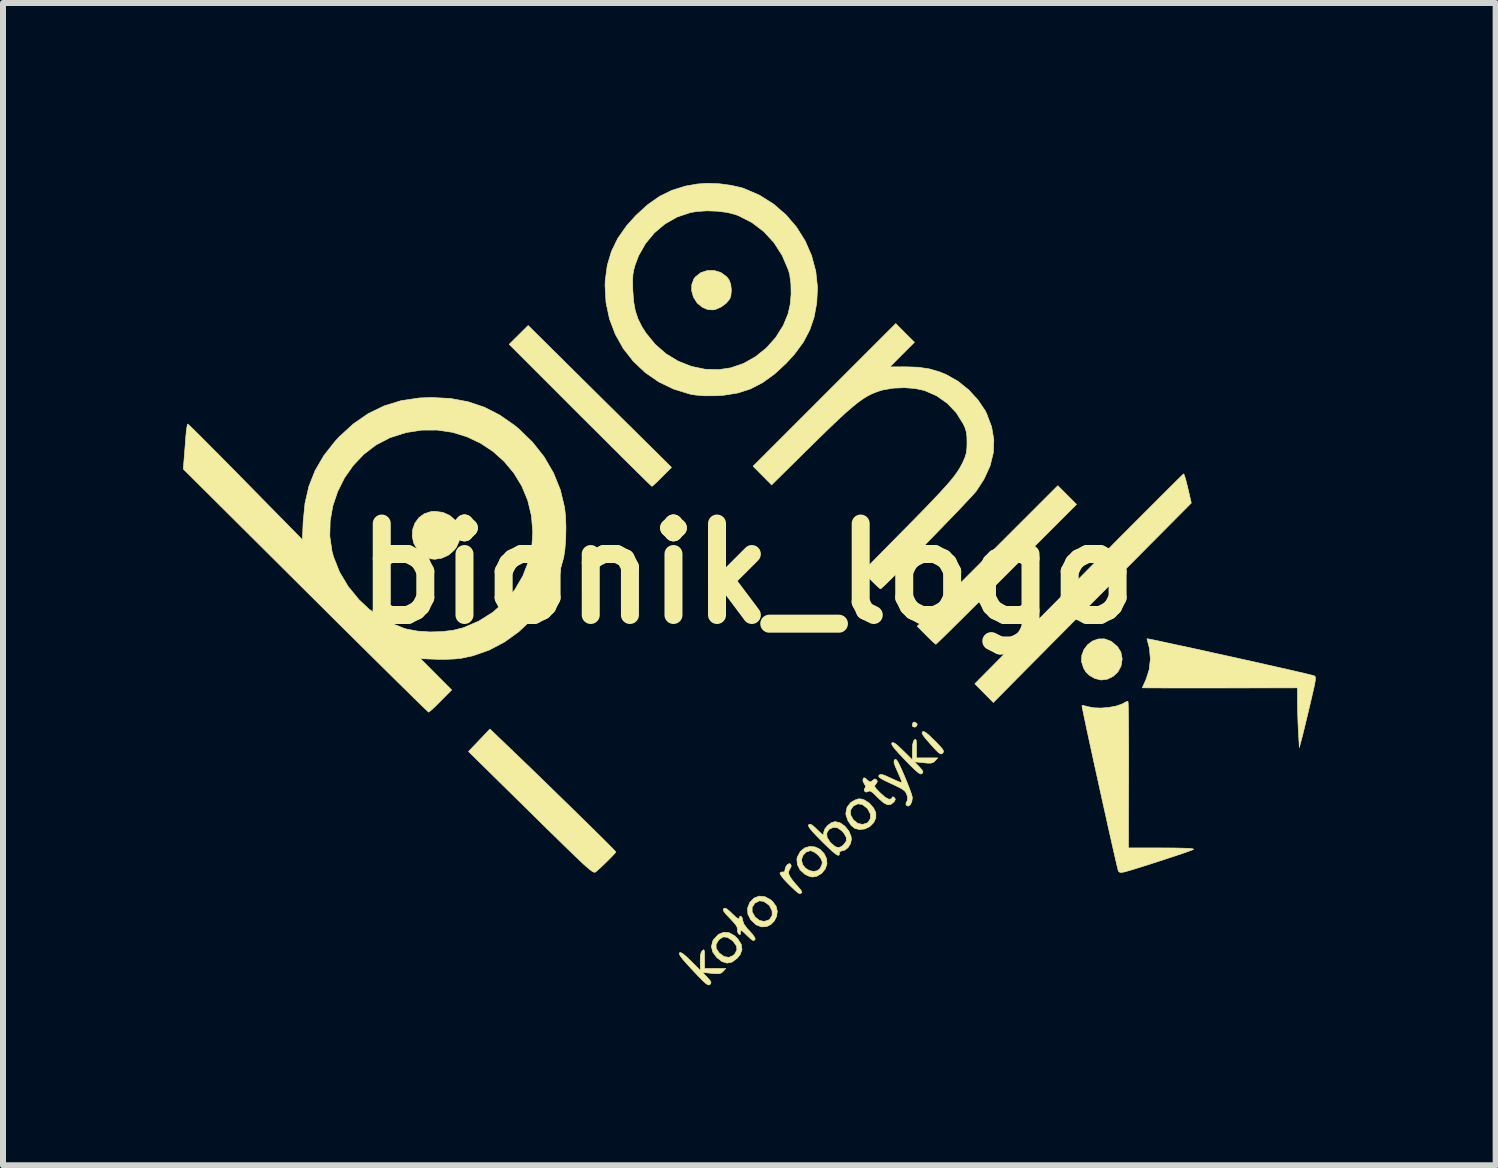
<source format=kicad_pcb>
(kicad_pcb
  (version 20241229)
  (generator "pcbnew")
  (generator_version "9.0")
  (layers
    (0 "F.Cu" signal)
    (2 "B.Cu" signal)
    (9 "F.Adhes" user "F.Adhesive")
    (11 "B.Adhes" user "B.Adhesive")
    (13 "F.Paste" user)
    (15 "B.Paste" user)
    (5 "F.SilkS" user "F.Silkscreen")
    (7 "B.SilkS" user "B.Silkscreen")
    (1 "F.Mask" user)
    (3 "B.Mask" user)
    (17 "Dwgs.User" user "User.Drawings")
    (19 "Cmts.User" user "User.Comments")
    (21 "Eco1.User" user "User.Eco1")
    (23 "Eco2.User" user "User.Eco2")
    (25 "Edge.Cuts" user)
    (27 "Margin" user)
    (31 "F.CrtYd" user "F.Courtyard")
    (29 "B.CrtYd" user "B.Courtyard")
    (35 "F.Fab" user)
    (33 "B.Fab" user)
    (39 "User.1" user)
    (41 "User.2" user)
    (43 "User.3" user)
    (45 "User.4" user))
  (footprint "bionik_logo"
    (layer "F.Cu")
    (at 9.409 6.511)
    (property "Reference" "bionik_logo" (at 0 0 0) (layer "F.SilkS") (effects (font (size 1.524 1.524) (thickness 0.3))))
    (attr through_hole)
    (fp_poly (pts (xy 2.823 2.498) (xy 2.829 2.517) (xy 2.809 2.55) (xy 2.788 2.559) (xy 2.755 2.551) (xy 2.748 2.517) (xy 2.76 2.479) (xy 2.788 2.475) (xy 2.823 2.498)) (stroke (width 0.01) (type solid)) (fill yes) (layer "F.SilkS"))
    (fp_poly (pts (xy -2.462 -2.953) (xy -1.267 -1.771) (xy -1.424 -1.613) (xy -1.492 -1.545) (xy -1.548 -1.492) (xy -1.584 -1.46) (xy -1.593 -1.455) (xy -1.611 -1.471) (xy -1.659 -1.517) (xy -1.734 -1.59) (xy -1.834 -1.689) (xy -1.957 -1.81) (xy -2.099 -1.951) (xy -2.258 -2.109) (xy -2.431 -2.282) (xy -2.616 -2.466) (xy -2.789 -2.638) (xy -3.972 -3.822) (xy -3.656 -4.136) (xy -2.462 -2.953)) (stroke (width 0.01) (type solid)) (fill yes) (layer "F.SilkS"))
    (fp_poly (pts (xy 5.484 -1.154) (xy 4.318 0.012) (xy 4.126 0.204) (xy 3.943 0.386) (xy 3.773 0.555) (xy 3.617 0.71) (xy 3.479 0.847) (xy 3.361 0.964) (xy 3.265 1.058) (xy 3.195 1.126) (xy 3.152 1.167) (xy 3.14 1.178) (xy 3.119 1.162) (xy 3.074 1.121) (xy 3.013 1.062) (xy 2.978 1.027) (xy 2.829 0.877) (xy 4.001 -0.295) (xy 5.172 -1.466) (xy 5.484 -1.154)) (stroke (width 0.01) (type solid)) (fill yes) (layer "F.SilkS"))
    (fp_poly (pts (xy -0.443 -5.018) (xy -0.349 -4.95) (xy -0.31 -4.901) (xy -0.28 -4.825) (xy -0.269 -4.728) (xy -0.277 -4.634) (xy -0.296 -4.579) (xy -0.354 -4.508) (xy -0.439 -4.445) (xy -0.532 -4.404) (xy -0.571 -4.396) (xy -0.659 -4.4) (xy -0.75 -4.438) (xy -0.838 -4.51) (xy -0.899 -4.605) (xy -0.93 -4.711) (xy -0.929 -4.817) (xy -0.894 -4.912) (xy -0.869 -4.945) (xy -0.777 -5.017) (xy -0.668 -5.052) (xy -0.553 -5.052) (xy -0.443 -5.018)) (stroke (width 0.01) (type solid)) (fill yes) (layer "F.SilkS"))
    (fp_poly (pts (xy 2.974 2.651) (xy 3.029 2.697) (xy 3.108 2.773) (xy 3.118 2.783) (xy 3.194 2.861) (xy 3.241 2.913) (xy 3.264 2.948) (xy 3.267 2.971) (xy 3.254 2.99) (xy 3.253 2.991) (xy 3.234 3.005) (xy 3.212 3.002) (xy 3.18 2.98) (xy 3.132 2.932) (xy 3.061 2.855) (xy 3.052 2.844) (xy 2.977 2.759) (xy 2.931 2.7) (xy 2.911 2.663) (xy 2.913 2.64) (xy 2.917 2.636) (xy 2.939 2.632) (xy 2.974 2.651)) (stroke (width 0.01) (type solid)) (fill yes) (layer "F.SilkS"))
    (fp_poly (pts (xy 6.051 1.124) (xy 6.073 1.137) (xy 6.168 1.218) (xy 6.223 1.307) (xy 6.244 1.414) (xy 6.244 1.429) (xy 6.226 1.541) (xy 6.174 1.638) (xy 6.095 1.712) (xy 5.999 1.759) (xy 5.895 1.773) (xy 5.79 1.748) (xy 5.784 1.745) (xy 5.699 1.696) (xy 5.642 1.641) (xy 5.603 1.577) (xy 5.568 1.468) (xy 5.572 1.363) (xy 5.608 1.266) (xy 5.67 1.184) (xy 5.752 1.123) (xy 5.847 1.089) (xy 5.949 1.087) (xy 6.051 1.124)) (stroke (width 0.01) (type solid)) (fill yes) (layer "F.SilkS"))
    (fp_poly (pts (xy -5.075 -1.02) (xy -4.961 -0.968) (xy -4.872 -0.889) (xy -4.813 -0.791) (xy -4.787 -0.68) (xy -4.798 -0.562) (xy -4.848 -0.446) (xy -4.887 -0.393) (xy -4.981 -0.311) (xy -5.094 -0.258) (xy -5.211 -0.239) (xy -5.276 -0.246) (xy -5.323 -0.265) (xy -5.386 -0.301) (xy -5.412 -0.319) (xy -5.506 -0.407) (xy -5.564 -0.511) (xy -5.588 -0.623) (xy -5.581 -0.735) (xy -5.544 -0.84) (xy -5.479 -0.93) (xy -5.389 -0.997) (xy -5.276 -1.034) (xy -5.213 -1.039) (xy -5.075 -1.02)) (stroke (width 0.01) (type solid)) (fill yes) (layer "F.SilkS"))
    (fp_poly (pts (xy 0.716 4.841) (xy 0.73 4.872) (xy 0.71 4.917) (xy 0.707 4.922) (xy 0.685 4.966) (xy 0.687 5.004) (xy 0.706 5.046) (xy 0.743 5.102) (xy 0.798 5.17) (xy 0.833 5.208) (xy 0.889 5.273) (xy 0.907 5.314) (xy 0.886 5.332) (xy 0.867 5.334) (xy 0.841 5.319) (xy 0.791 5.277) (xy 0.726 5.216) (xy 0.684 5.175) (xy 0.609 5.096) (xy 0.561 5.034) (xy 0.541 4.996) (xy 0.542 4.988) (xy 0.575 4.971) (xy 0.591 4.974) (xy 0.618 4.968) (xy 0.623 4.945) (xy 0.635 4.892) (xy 0.663 4.851) (xy 0.696 4.833) (xy 0.716 4.841)) (stroke (width 0.01) (type solid)) (fill yes) (layer "F.SilkS"))
    (fp_poly (pts (xy 7.281 -1.641) (xy 7.299 -1.585) (xy 7.321 -1.501) (xy 7.341 -1.42) (xy 7.397 -1.177) (xy 6.061 0.168) (xy 5.846 0.384) (xy 5.634 0.597) (xy 5.428 0.805) (xy 5.232 1.003) (xy 5.047 1.189) (xy 4.879 1.359) (xy 4.729 1.51) (xy 4.601 1.639) (xy 4.499 1.742) (xy 4.425 1.817) (xy 4.412 1.83) (xy 4.098 2.148) (xy 3.789 1.836) (xy 5.522 0.087) (xy 5.756 -0.15) (xy 5.982 -0.377) (xy 6.196 -0.593) (xy 6.397 -0.795) (xy 6.583 -0.981) (xy 6.751 -1.149) (xy 6.899 -1.297) (xy 7.025 -1.423) (xy 7.128 -1.525) (xy 7.204 -1.6) (xy 7.252 -1.647) (xy 7.27 -1.663) (xy 7.281 -1.641)) (stroke (width 0.01) (type solid)) (fill yes) (layer "F.SilkS"))
    (fp_poly (pts (xy -0.307 5.985) (xy -0.215 6.036) (xy -0.162 6.087) (xy -0.104 6.179) (xy -0.092 6.268) (xy -0.125 6.355) (xy -0.171 6.41) (xy -0.256 6.474) (xy -0.341 6.492) (xy -0.427 6.465) (xy -0.511 6.399) (xy -0.579 6.307) (xy -0.602 6.215) (xy -0.593 6.182) (xy -0.524 6.182) (xy -0.522 6.247) (xy -0.478 6.314) (xy -0.464 6.329) (xy -0.386 6.384) (xy -0.308 6.396) (xy -0.238 6.365) (xy -0.209 6.335) (xy -0.176 6.27) (xy -0.183 6.207) (xy -0.231 6.138) (xy -0.256 6.113) (xy -0.333 6.062) (xy -0.405 6.055) (xy -0.468 6.094) (xy -0.483 6.111) (xy -0.524 6.182) (xy -0.593 6.182) (xy -0.579 6.125) (xy -0.561 6.095) (xy -0.485 6.014) (xy -0.398 5.978) (xy -0.307 5.985)) (stroke (width 0.01) (type solid)) (fill yes) (layer "F.SilkS"))
    (fp_poly (pts (xy 0.29 5.385) (xy 0.386 5.436) (xy 0.421 5.467) (xy 0.477 5.545) (xy 0.497 5.629) (xy 0.485 5.713) (xy 0.448 5.788) (xy 0.39 5.847) (xy 0.318 5.883) (xy 0.235 5.888) (xy 0.149 5.856) (xy 0.138 5.848) (xy 0.052 5.767) (xy 0.006 5.674) (xy 0.001 5.576) (xy 0.006 5.563) (xy 0.077 5.563) (xy 0.078 5.638) (xy 0.125 5.72) (xy 0.129 5.725) (xy 0.199 5.78) (xy 0.277 5.797) (xy 0.352 5.774) (xy 0.373 5.758) (xy 0.411 5.696) (xy 0.41 5.621) (xy 0.372 5.544) (xy 0.348 5.517) (xy 0.272 5.463) (xy 0.197 5.454) (xy 0.126 5.491) (xy 0.12 5.497) (xy 0.077 5.563) (xy 0.006 5.563) (xy 0.039 5.48) (xy 0.11 5.407) (xy 0.196 5.375) (xy 0.29 5.385)) (stroke (width 0.01) (type solid)) (fill yes) (layer "F.SilkS"))
    (fp_poly (pts (xy 1.907 3.758) (xy 1.947 3.772) (xy 2.032 3.827) (xy 2.102 3.907) (xy 2.139 3.987) (xy 2.139 4.073) (xy 2.103 4.151) (xy 2.04 4.214) (xy 1.959 4.255) (xy 1.87 4.267) (xy 1.789 4.246) (xy 1.727 4.196) (xy 1.675 4.118) (xy 1.644 4.032) (xy 1.639 3.993) (xy 1.649 3.946) (xy 1.716 3.946) (xy 1.718 4.021) (xy 1.764 4.103) (xy 1.769 4.108) (xy 1.838 4.163) (xy 1.917 4.18) (xy 1.991 4.158) (xy 2.013 4.141) (xy 2.05 4.08) (xy 2.048 4.005) (xy 2.007 3.927) (xy 1.988 3.905) (xy 1.914 3.848) (xy 1.84 3.837) (xy 1.769 3.871) (xy 1.759 3.88) (xy 1.716 3.946) (xy 1.649 3.946) (xy 1.66 3.893) (xy 1.721 3.815) (xy 1.793 3.773) (xy 1.855 3.753) (xy 1.907 3.758)) (stroke (width 0.01) (type solid)) (fill yes) (layer "F.SilkS"))
    (fp_poly (pts (xy -0.723 6.275) (xy -0.717 6.31) (xy -0.716 6.381) (xy -0.716 6.414) (xy -0.716 6.581) (xy -0.362 6.581) (xy -0.406 6.629) (xy -0.435 6.655) (xy -0.47 6.667) (xy -0.525 6.668) (xy -0.6 6.662) (xy -0.75 6.646) (xy -0.671 6.729) (xy -0.625 6.78) (xy -0.608 6.812) (xy -0.616 6.837) (xy -0.625 6.847) (xy -0.641 6.856) (xy -0.663 6.852) (xy -0.695 6.831) (xy -0.742 6.788) (xy -0.811 6.719) (xy -0.904 6.62) (xy -0.91 6.614) (xy -1.01 6.506) (xy -1.079 6.427) (xy -1.12 6.372) (xy -1.137 6.337) (xy -1.134 6.32) (xy -1.113 6.316) (xy -1.075 6.337) (xy -1.017 6.386) (xy -0.946 6.454) (xy -0.785 6.615) (xy -0.788 6.469) (xy -0.786 6.375) (xy -0.773 6.315) (xy -0.754 6.285) (xy -0.734 6.27) (xy -0.723 6.275)) (stroke (width 0.01) (type solid)) (fill yes) (layer "F.SilkS"))
    (fp_poly (pts (xy 1.126 4.555) (xy 1.209 4.595) (xy 1.278 4.667) (xy 1.317 4.748) (xy 1.325 4.838) (xy 1.295 4.924) (xy 1.236 4.996) (xy 1.155 5.044) (xy 1.081 5.057) (xy 1.026 5.044) (xy 0.962 5.014) (xy 0.955 5.009) (xy 0.876 4.938) (xy 0.831 4.849) (xy 0.825 4.777) (xy 0.901 4.777) (xy 0.919 4.85) (xy 0.966 4.909) (xy 1.031 4.949) (xy 1.102 4.964) (xy 1.168 4.951) (xy 1.211 4.913) (xy 1.239 4.855) (xy 1.247 4.811) (xy 1.228 4.756) (xy 1.182 4.696) (xy 1.121 4.646) (xy 1.062 4.62) (xy 1.049 4.618) (xy 0.981 4.639) (xy 0.927 4.692) (xy 0.901 4.763) (xy 0.901 4.777) (xy 0.825 4.777) (xy 0.823 4.757) (xy 0.831 4.724) (xy 0.881 4.631) (xy 0.953 4.572) (xy 1.038 4.547) (xy 1.126 4.555)) (stroke (width 0.01) (type solid)) (fill yes) (layer "F.SilkS"))
    (fp_poly (pts (xy 2.811 2.775) (xy 2.816 2.819) (xy 2.817 2.901) (xy 2.817 2.907) (xy 2.817 3.071) (xy 3.171 3.071) (xy 3.127 3.119) (xy 3.098 3.145) (xy 3.063 3.158) (xy 3.008 3.159) (xy 2.933 3.152) (xy 2.782 3.136) (xy 2.862 3.219) (xy 2.908 3.271) (xy 2.925 3.303) (xy 2.915 3.326) (xy 2.908 3.333) (xy 2.891 3.34) (xy 2.866 3.332) (xy 2.829 3.304) (xy 2.773 3.254) (xy 2.695 3.176) (xy 2.627 3.106) (xy 2.529 3.003) (xy 2.461 2.927) (xy 2.421 2.875) (xy 2.403 2.841) (xy 2.406 2.822) (xy 2.407 2.821) (xy 2.428 2.815) (xy 2.462 2.832) (xy 2.515 2.876) (xy 2.591 2.949) (xy 2.748 3.104) (xy 2.748 2.952) (xy 2.752 2.853) (xy 2.767 2.793) (xy 2.782 2.771) (xy 2.8 2.761) (xy 2.811 2.775)) (stroke (width 0.01) (type solid)) (fill yes) (layer "F.SilkS"))
    (fp_poly (pts (xy -4.024 2.848) (xy -3.892 2.975) (xy -3.747 3.114) (xy -3.592 3.263) (xy -3.431 3.42) (xy -3.267 3.579) (xy -3.103 3.739) (xy -2.943 3.895) (xy -2.79 4.045) (xy -2.647 4.185) (xy -2.518 4.312) (xy -2.405 4.423) (xy -2.314 4.515) (xy -2.246 4.583) (xy -2.205 4.626) (xy -2.194 4.639) (xy -2.209 4.66) (xy -2.25 4.704) (xy -2.308 4.763) (xy -2.375 4.829) (xy -2.442 4.893) (xy -2.501 4.946) (xy -2.528 4.97) (xy -2.539 4.976) (xy -2.551 4.978) (xy -2.569 4.973) (xy -2.594 4.959) (xy -2.628 4.933) (xy -2.675 4.894) (xy -2.736 4.839) (xy -2.815 4.765) (xy -2.913 4.671) (xy -3.034 4.554) (xy -3.179 4.412) (xy -3.352 4.243) (xy -3.554 4.044) (xy -3.613 3.986) (xy -4.65 2.965) (xy -4.472 2.778) (xy -4.293 2.591) (xy -4.024 2.848)) (stroke (width 0.01) (type solid)) (fill yes) (layer "F.SilkS"))
    (fp_poly (pts (xy -0.341 5.591) (xy -0.287 5.637) (xy -0.254 5.669) (xy -0.191 5.728) (xy -0.154 5.753) (xy -0.139 5.748) (xy -0.139 5.741) (xy -0.126 5.711) (xy -0.11 5.709) (xy -0.088 5.737) (xy -0.08 5.781) (xy -0.06 5.841) (xy -0.002 5.919) (xy 0.033 5.955) (xy 0.086 6.015) (xy 0.12 6.065) (xy 0.129 6.093) (xy 0.128 6.094) (xy 0.11 6.114) (xy 0.086 6.112) (xy 0.049 6.085) (xy -0.011 6.028) (xy -0.018 6.021) (xy -0.072 5.969) (xy -0.101 5.947) (xy -0.113 5.951) (xy -0.115 5.978) (xy -0.12 6.015) (xy -0.14 6.012) (xy -0.148 6.006) (xy -0.169 5.963) (xy -0.168 5.932) (xy -0.171 5.897) (xy -0.199 5.849) (xy -0.257 5.783) (xy -0.29 5.748) (xy -0.358 5.677) (xy -0.395 5.629) (xy -0.405 5.599) (xy -0.397 5.583) (xy -0.375 5.575) (xy -0.341 5.591)) (stroke (width 0.01) (type solid)) (fill yes) (layer "F.SilkS"))
    (fp_poly (pts (xy 1.962 3.409) (xy 1.993 3.437) (xy 2.032 3.469) (xy 2.058 3.47) (xy 2.085 3.447) (xy 2.121 3.422) (xy 2.151 3.435) (xy 2.151 3.435) (xy 2.165 3.465) (xy 2.142 3.504) (xy 2.14 3.505) (xy 2.122 3.53) (xy 2.122 3.554) (xy 2.146 3.587) (xy 2.197 3.64) (xy 2.212 3.655) (xy 2.295 3.728) (xy 2.357 3.761) (xy 2.397 3.754) (xy 2.408 3.735) (xy 2.424 3.718) (xy 2.449 3.734) (xy 2.465 3.762) (xy 2.448 3.796) (xy 2.437 3.809) (xy 2.387 3.848) (xy 2.332 3.852) (xy 2.268 3.819) (xy 2.188 3.749) (xy 2.169 3.73) (xy 2.103 3.664) (xy 2.059 3.63) (xy 2.03 3.623) (xy 2.015 3.629) (xy 1.978 3.642) (xy 1.95 3.625) (xy 1.946 3.593) (xy 1.958 3.575) (xy 1.972 3.545) (xy 1.948 3.507) (xy 1.948 3.506) (xy 1.924 3.458) (xy 1.926 3.426) (xy 1.94 3.403) (xy 1.962 3.409)) (stroke (width 0.01) (type solid)) (fill yes) (layer "F.SilkS"))
    (fp_poly (pts (xy 2.487 3.108) (xy 2.512 3.147) (xy 2.546 3.216) (xy 2.593 3.32) (xy 2.617 3.376) (xy 2.664 3.49) (xy 2.704 3.593) (xy 2.733 3.675) (xy 2.747 3.727) (xy 2.748 3.736) (xy 2.738 3.803) (xy 2.713 3.852) (xy 2.681 3.875) (xy 2.65 3.864) (xy 2.643 3.855) (xy 2.643 3.819) (xy 2.656 3.798) (xy 2.671 3.76) (xy 2.662 3.702) (xy 2.657 3.687) (xy 2.641 3.65) (xy 2.616 3.619) (xy 2.573 3.588) (xy 2.505 3.552) (xy 2.402 3.503) (xy 2.398 3.501) (xy 2.295 3.453) (xy 2.23 3.418) (xy 2.195 3.393) (xy 2.187 3.373) (xy 2.192 3.361) (xy 2.212 3.348) (xy 2.244 3.349) (xy 2.297 3.367) (xy 2.38 3.405) (xy 2.392 3.411) (xy 2.472 3.447) (xy 2.535 3.473) (xy 2.57 3.484) (xy 2.574 3.484) (xy 2.569 3.46) (xy 2.548 3.406) (xy 2.515 3.33) (xy 2.503 3.303) (xy 2.464 3.215) (xy 2.444 3.158) (xy 2.442 3.124) (xy 2.454 3.101) (xy 2.454 3.101) (xy 2.469 3.095) (xy 2.487 3.108)) (stroke (width 0.01) (type solid)) (fill yes) (layer "F.SilkS"))
    (fp_poly (pts (xy 1.544 4.154) (xy 1.624 4.21) (xy 1.688 4.288) (xy 1.726 4.379) (xy 1.732 4.429) (xy 1.716 4.502) (xy 1.675 4.567) (xy 1.62 4.609) (xy 1.583 4.618) (xy 1.54 4.631) (xy 1.532 4.656) (xy 1.529 4.688) (xy 1.511 4.696) (xy 1.474 4.677) (xy 1.416 4.63) (xy 1.332 4.552) (xy 1.24 4.462) (xy 1.142 4.362) (xy 1.075 4.289) (xy 1.034 4.238) (xy 1.017 4.206) (xy 1.019 4.186) (xy 1.02 4.184) (xy 1.043 4.176) (xy 1.077 4.191) (xy 1.13 4.236) (xy 1.159 4.265) (xy 1.218 4.322) (xy 1.251 4.349) (xy 1.266 4.349) (xy 1.27 4.327) (xy 1.27 4.324) (xy 1.321 4.324) (xy 1.326 4.395) (xy 1.375 4.473) (xy 1.395 4.493) (xy 1.461 4.55) (xy 1.516 4.568) (xy 1.568 4.548) (xy 1.607 4.514) (xy 1.647 4.456) (xy 1.647 4.396) (xy 1.608 4.327) (xy 1.575 4.289) (xy 1.503 4.238) (xy 1.429 4.229) (xy 1.36 4.262) (xy 1.358 4.264) (xy 1.321 4.324) (xy 1.27 4.324) (xy 1.27 4.313) (xy 1.289 4.255) (xy 1.338 4.196) (xy 1.4 4.151) (xy 1.46 4.133) (xy 1.544 4.154)) (stroke (width 0.01) (type solid)) (fill yes) (layer "F.SilkS"))
    (fp_poly (pts (xy 6.69 1.09) (xy 6.762 1.104) (xy 6.868 1.126) (xy 7.005 1.156) (xy 7.168 1.191) (xy 7.352 1.23) (xy 7.552 1.274) (xy 7.763 1.321) (xy 7.981 1.369) (xy 8.2 1.417) (xy 8.416 1.465) (xy 8.624 1.512) (xy 8.819 1.556) (xy 8.996 1.596) (xy 9.151 1.632) (xy 9.278 1.661) (xy 9.373 1.684) (xy 9.431 1.699) (xy 9.447 1.703) (xy 9.46 1.713) (xy 9.466 1.733) (xy 9.465 1.77) (xy 9.456 1.828) (xy 9.438 1.915) (xy 9.41 2.036) (xy 9.384 2.147) (xy 9.349 2.295) (xy 9.314 2.439) (xy 9.283 2.569) (xy 9.257 2.675) (xy 9.241 2.736) (xy 9.198 2.898) (xy 9.183 2.632) (xy 9.176 2.494) (xy 9.171 2.342) (xy 9.168 2.2) (xy 9.167 2.135) (xy 9.167 1.904) (xy 7.874 1.906) (xy 7.634 1.906) (xy 7.409 1.906) (xy 7.203 1.906) (xy 7.019 1.906) (xy 6.861 1.905) (xy 6.735 1.905) (xy 6.644 1.904) (xy 6.592 1.904) (xy 6.581 1.903) (xy 6.59 1.882) (xy 6.613 1.83) (xy 6.642 1.766) (xy 6.695 1.602) (xy 6.715 1.424) (xy 6.7 1.251) (xy 6.69 1.206) (xy 6.672 1.14) (xy 6.661 1.096) (xy 6.659 1.085) (xy 6.69 1.09)) (stroke (width 0.01) (type solid)) (fill yes) (layer "F.SilkS"))
    (fp_poly (pts (xy 6.342 2.132) (xy 6.345 2.157) (xy 6.347 2.224) (xy 6.349 2.329) (xy 6.351 2.466) (xy 6.352 2.633) (xy 6.353 2.824) (xy 6.354 3.035) (xy 6.353 3.262) (xy 6.353 3.359) (xy 6.35 4.572) (xy 6.91 4.572) (xy 7.105 4.573) (xy 7.254 4.576) (xy 7.358 4.58) (xy 7.419 4.586) (xy 7.437 4.594) (xy 7.435 4.596) (xy 7.404 4.609) (xy 7.336 4.634) (xy 7.239 4.668) (xy 7.119 4.708) (xy 6.985 4.752) (xy 6.844 4.798) (xy 6.703 4.844) (xy 6.569 4.886) (xy 6.451 4.923) (xy 6.354 4.952) (xy 6.287 4.971) (xy 6.265 4.976) (xy 6.211 4.981) (xy 6.185 4.963) (xy 6.179 4.949) (xy 6.169 4.909) (xy 6.15 4.83) (xy 6.124 4.718) (xy 6.092 4.577) (xy 6.055 4.412) (xy 6.013 4.227) (xy 5.969 4.027) (xy 5.922 3.817) (xy 5.875 3.603) (xy 5.828 3.387) (xy 5.781 3.176) (xy 5.737 2.973) (xy 5.696 2.784) (xy 5.659 2.614) (xy 5.628 2.466) (xy 5.603 2.347) (xy 5.585 2.26) (xy 5.576 2.21) (xy 5.574 2.2) (xy 5.601 2.199) (xy 5.653 2.212) (xy 5.666 2.216) (xy 5.77 2.236) (xy 5.893 2.241) (xy 6.024 2.23) (xy 6.146 2.207) (xy 6.247 2.172) (xy 6.299 2.142) (xy 6.331 2.128) (xy 6.342 2.132)) (stroke (width 0.01) (type solid)) (fill yes) (layer "F.SilkS"))
    (fp_poly (pts (xy 2.626 -4.012) (xy 2.782 -3.856) (xy 2.577 -3.651) (xy 2.373 -3.446) (xy 2.635 -3.447) (xy 2.846 -3.44) (xy 3.029 -3.413) (xy 3.2 -3.363) (xy 3.317 -3.315) (xy 3.509 -3.206) (xy 3.687 -3.063) (xy 3.84 -2.897) (xy 3.961 -2.717) (xy 3.986 -2.667) (xy 4.069 -2.447) (xy 4.106 -2.23) (xy 4.097 -2.013) (xy 4.043 -1.795) (xy 3.943 -1.576) (xy 3.816 -1.38) (xy 3.784 -1.342) (xy 3.725 -1.277) (xy 3.643 -1.19) (xy 3.543 -1.083) (xy 3.427 -0.962) (xy 3.299 -0.83) (xy 3.164 -0.69) (xy 3.024 -0.547) (xy 2.885 -0.405) (xy 2.749 -0.267) (xy 2.621 -0.137) (xy 2.503 -0.02) (xy 2.401 0.082) (xy 2.318 0.163) (xy 2.257 0.221) (xy 2.223 0.251) (xy 2.217 0.254) (xy 2.196 0.239) (xy 2.151 0.198) (xy 2.09 0.139) (xy 2.062 0.111) (xy 1.919 -0.032) (xy 2.587 -0.709) (xy 2.785 -0.91) (xy 2.953 -1.082) (xy 3.094 -1.229) (xy 3.211 -1.353) (xy 3.306 -1.458) (xy 3.384 -1.547) (xy 3.446 -1.624) (xy 3.495 -1.692) (xy 3.535 -1.754) (xy 3.568 -1.814) (xy 3.585 -1.847) (xy 3.624 -1.935) (xy 3.647 -2.01) (xy 3.657 -2.093) (xy 3.659 -2.182) (xy 3.657 -2.287) (xy 3.646 -2.365) (xy 3.624 -2.437) (xy 3.595 -2.498) (xy 3.48 -2.682) (xy 3.33 -2.839) (xy 3.152 -2.964) (xy 2.953 -3.051) (xy 2.95 -3.052) (xy 2.794 -3.086) (xy 2.616 -3.099) (xy 2.434 -3.092) (xy 2.266 -3.064) (xy 2.217 -3.051) (xy 2.142 -3.025) (xy 2.071 -2.996) (xy 2 -2.96) (xy 1.926 -2.914) (xy 1.844 -2.856) (xy 1.753 -2.782) (xy 1.647 -2.691) (xy 1.524 -2.578) (xy 1.38 -2.441) (xy 1.212 -2.278) (xy 1.016 -2.085) (xy 0.969 -2.039) (xy 0.402 -1.479) (xy 0.247 -1.635) (xy 0.093 -1.79) (xy 2.471 -4.168) (xy 2.626 -4.012)) (stroke (width 0.01) (type solid)) (fill yes) (layer "F.SilkS"))
    (fp_poly (pts (xy -0.467 -6.498) (xy -0.273 -6.472) (xy -0.097 -6.432) (xy -0.058 -6.419) (xy 0.201 -6.307) (xy 0.434 -6.16) (xy 0.641 -5.981) (xy 0.817 -5.776) (xy 0.96 -5.548) (xy 1.068 -5.301) (xy 1.138 -5.041) (xy 1.167 -4.77) (xy 1.154 -4.513) (xy 1.11 -4.274) (xy 1.037 -4.059) (xy 0.93 -3.857) (xy 0.786 -3.661) (xy 0.647 -3.508) (xy 0.448 -3.325) (xy 0.251 -3.183) (xy 0.05 -3.079) (xy -0.164 -3.01) (xy -0.398 -2.973) (xy -0.531 -2.965) (xy -0.717 -2.964) (xy -0.869 -2.977) (xy -0.958 -2.992) (xy -1.231 -3.076) (xy -1.481 -3.197) (xy -1.706 -3.353) (xy -1.903 -3.539) (xy -2.07 -3.752) (xy -2.203 -3.989) (xy -2.3 -4.245) (xy -2.358 -4.517) (xy -2.374 -4.801) (xy -2.371 -4.886) (xy -2.368 -4.906) (xy -1.914 -4.906) (xy -1.914 -4.8) (xy -1.911 -4.715) (xy -1.897 -4.532) (xy -1.87 -4.38) (xy -1.825 -4.245) (xy -1.759 -4.114) (xy -1.692 -4.009) (xy -1.538 -3.821) (xy -1.358 -3.664) (xy -1.155 -3.541) (xy -0.938 -3.455) (xy -0.71 -3.407) (xy -0.479 -3.4) (xy -0.279 -3.43) (xy -0.065 -3.503) (xy 0.136 -3.617) (xy 0.318 -3.764) (xy 0.473 -3.939) (xy 0.597 -4.137) (xy 0.676 -4.329) (xy 0.711 -4.483) (xy 0.727 -4.655) (xy 0.724 -4.828) (xy 0.703 -4.985) (xy 0.683 -5.057) (xy 0.58 -5.3) (xy 0.442 -5.516) (xy 0.273 -5.7) (xy 0.075 -5.851) (xy -0.148 -5.965) (xy -0.198 -5.984) (xy -0.337 -6.02) (xy -0.502 -6.041) (xy -0.678 -6.047) (xy -0.845 -6.036) (xy -0.956 -6.017) (xy -1.175 -5.943) (xy -1.375 -5.829) (xy -1.552 -5.68) (xy -1.7 -5.501) (xy -1.816 -5.297) (xy -1.874 -5.142) (xy -1.896 -5.062) (xy -1.909 -4.988) (xy -1.914 -4.906) (xy -2.368 -4.906) (xy -2.337 -5.138) (xy -2.268 -5.37) (xy -2.162 -5.588) (xy -2.015 -5.798) (xy -1.859 -5.971) (xy -1.663 -6.15) (xy -1.466 -6.288) (xy -1.26 -6.389) (xy -1.035 -6.459) (xy -0.838 -6.494) (xy -0.662 -6.506) (xy -0.467 -6.498)) (stroke (width 0.01) (type solid)) (fill yes) (layer "F.SilkS"))
    (fp_poly (pts (xy -4.95 -2.919) (xy -4.658 -2.865) (xy -4.386 -2.774) (xy -4.13 -2.643) (xy -3.882 -2.471) (xy -3.816 -2.416) (xy -3.583 -2.191) (xy -3.388 -1.944) (xy -3.233 -1.677) (xy -3.119 -1.395) (xy -3.049 -1.103) (xy -3.032 -0.95) (xy -3.026 -0.77) (xy -3.03 -0.583) (xy -3.043 -0.407) (xy -3.063 -0.272) (xy -3.143 0.016) (xy -3.262 0.287) (xy -3.415 0.539) (xy -3.6 0.767) (xy -3.812 0.968) (xy -4.048 1.138) (xy -4.303 1.273) (xy -4.574 1.368) (xy -4.762 1.409) (xy -4.877 1.422) (xy -5.017 1.428) (xy -5.163 1.428) (xy -5.196 1.427) (xy -5.452 1.417) (xy -4.931 1.939) (xy -5.115 2.124) (xy -5.189 2.198) (xy -5.252 2.258) (xy -5.297 2.297) (xy -5.315 2.309) (xy -5.333 2.293) (xy -5.382 2.246) (xy -5.459 2.171) (xy -5.564 2.069) (xy -5.693 1.942) (xy -5.845 1.793) (xy -6.018 1.622) (xy -6.209 1.433) (xy -6.417 1.227) (xy -6.641 1.005) (xy -6.877 0.771) (xy -7.124 0.525) (xy -7.368 0.283) (xy -9.404 -1.743) (xy -9.39 -1.916) (xy -9.381 -2.027) (xy -9.371 -2.158) (xy -9.362 -2.281) (xy -9.361 -2.292) (xy -9.352 -2.382) (xy -9.342 -2.451) (xy -9.333 -2.49) (xy -9.329 -2.494) (xy -9.311 -2.478) (xy -9.263 -2.432) (xy -9.188 -2.358) (xy -9.09 -2.261) (xy -8.971 -2.141) (xy -8.834 -2.004) (xy -8.682 -1.85) (xy -8.518 -1.684) (xy -8.366 -1.529) (xy -7.418 -0.564) (xy -7.416 -0.623) (xy -6.962 -0.623) (xy -6.925 -0.372) (xy -6.9 -0.28) (xy -6.799 -0.026) (xy -6.656 0.214) (xy -6.476 0.434) (xy -6.308 0.592) (xy -6.183 0.683) (xy -6.035 0.772) (xy -5.881 0.849) (xy -5.737 0.907) (xy -5.68 0.925) (xy -5.499 0.958) (xy -5.297 0.972) (xy -5.09 0.967) (xy -4.895 0.942) (xy -4.736 0.902) (xy -4.478 0.791) (xy -4.247 0.646) (xy -4.046 0.469) (xy -3.877 0.266) (xy -3.744 0.038) (xy -3.648 -0.209) (xy -3.593 -0.473) (xy -3.579 -0.691) (xy -3.601 -0.964) (xy -3.663 -1.221) (xy -3.762 -1.459) (xy -3.894 -1.676) (xy -4.055 -1.869) (xy -4.241 -2.036) (xy -4.45 -2.174) (xy -4.676 -2.281) (xy -4.917 -2.355) (xy -5.17 -2.393) (xy -5.429 -2.392) (xy -5.692 -2.351) (xy -5.954 -2.267) (xy -5.969 -2.261) (xy -6.194 -2.143) (xy -6.395 -1.989) (xy -6.57 -1.805) (xy -6.717 -1.596) (xy -6.831 -1.368) (xy -6.912 -1.127) (xy -6.956 -0.876) (xy -6.962 -0.623) (xy -7.416 -0.623) (xy -7.406 -0.865) (xy -7.375 -1.174) (xy -7.31 -1.457) (xy -7.206 -1.719) (xy -7.062 -1.966) (xy -6.876 -2.203) (xy -6.802 -2.283) (xy -6.568 -2.497) (xy -6.32 -2.668) (xy -6.056 -2.796) (xy -5.773 -2.883) (xy -5.469 -2.928) (xy -5.267 -2.936) (xy -4.95 -2.919)) (stroke (width 0.01) (type solid)) (fill yes) (layer "F.SilkS")))
  (gr_rect
    (start -3 -3)
    (end 21.879 16.372)
    (stroke (width 0.1) (type default))
    (fill no)
    (layer "Edge.Cuts")))
</source>
